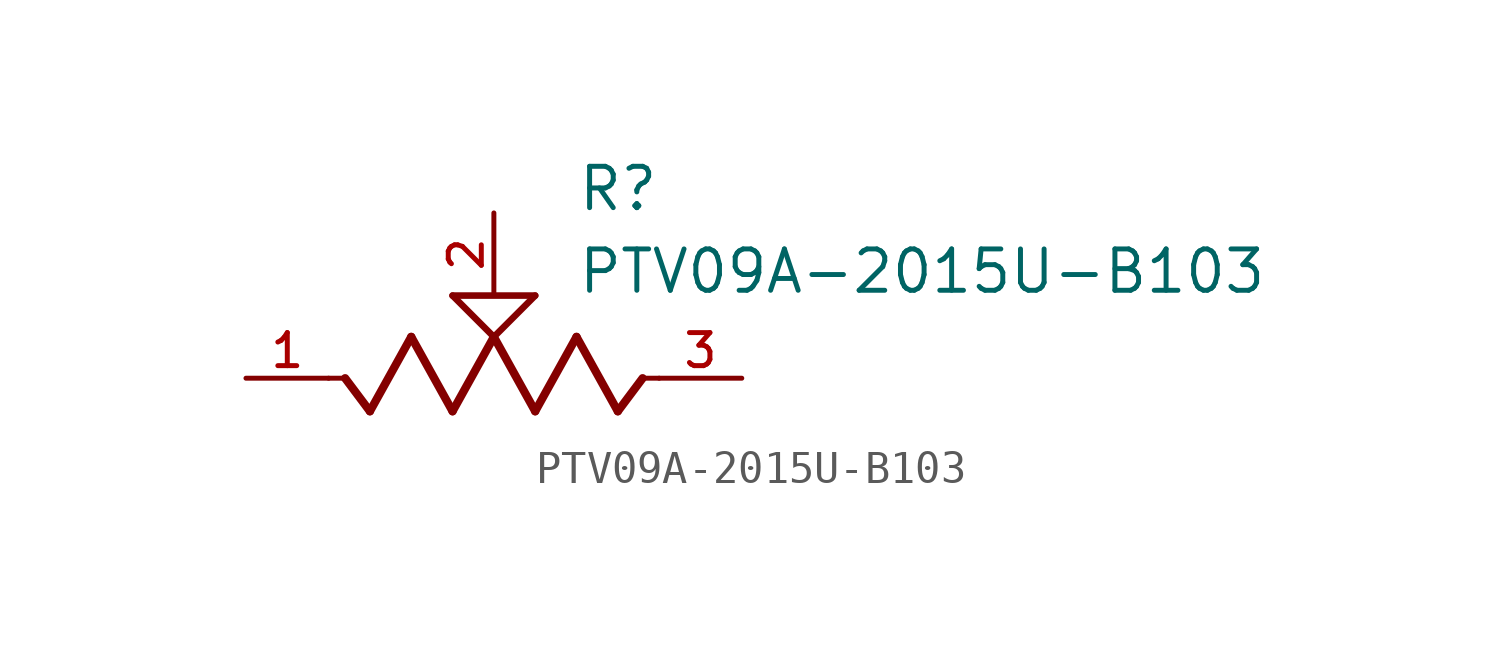
<source format=kicad_sym>
(kicad_symbol_lib
  (version 20211014)
  (generator kicad_symbol_editor)
  (symbol "PTV09A-2015U-B103"
    (pin_names
      (offset 1.016))
    (property "Reference" "R"
      (at 2.54 5.08 0)
      (effects (font (size 1.27 1.27)) (justify bottom left)))
    (property "Value" "PTV09A-2015U-B103"
      (at 2.54 2.54 0)
      (effects (font (size 1.27 1.27)) (justify bottom left)))
    (symbol "PTV09A-2015U-B103_0_0"
      (polyline (pts (xy 5.08 0.0) (xy 4.572 0.0)) (stroke (width 0.152)))
      (polyline (pts (xy 4.572 0.0) (xy 3.81 -1.016)) (stroke (width 0.254)))
      (polyline (pts (xy 3.81 -1.016) (xy 2.54 1.27)) (stroke (width 0.254)))
      (polyline (pts (xy 2.54 1.27) (xy 1.27 -1.016)) (stroke (width 0.254)))
      (polyline (pts (xy 1.27 -1.016) (xy 0.0 1.27)) (stroke (width 0.254)))
      (polyline (pts (xy 0.0 1.27) (xy -1.27 -1.016)) (stroke (width 0.254)))
      (polyline (pts (xy -1.27 -1.016) (xy -2.54 1.27)) (stroke (width 0.254)))
      (polyline (pts (xy -2.54 1.27) (xy -3.81 -1.016)) (stroke (width 0.254)))
      (polyline (pts (xy -3.81 -1.016) (xy -4.572 0.0)) (stroke (width 0.254)))
      (polyline (pts (xy -4.572 0.0) (xy -5.08 0.0)) (stroke (width 0.152)))
      (polyline (pts (xy 0.0 1.27) (xy -1.27 2.54)) (stroke (width 0.203)))
      (polyline (pts (xy 1.27 2.54) (xy 0.0 1.27)) (stroke (width 0.203)))
      (polyline (pts (xy -1.27 2.54) (xy 1.27 2.54)) (stroke (width 0.203)))
      (pin passive line (at 7.62 0.0 180.0) (length 2.54) (name "~" (effects (font (size 1.016 1.016)))) (number "3" (effects (font (size 1.016 1.016)))))
      (pin passive line (at -7.62 0.0 0) (length 2.54) (name "~" (effects (font (size 1.016 1.016)))) (number "1" (effects (font (size 1.016 1.016)))))
      (pin passive line (at 0.0 5.08 270.0) (length 2.54) (name "~" (effects (font (size 1.016 1.016)))) (number "2" (effects (font (size 1.016 1.016))))))))
</source>
